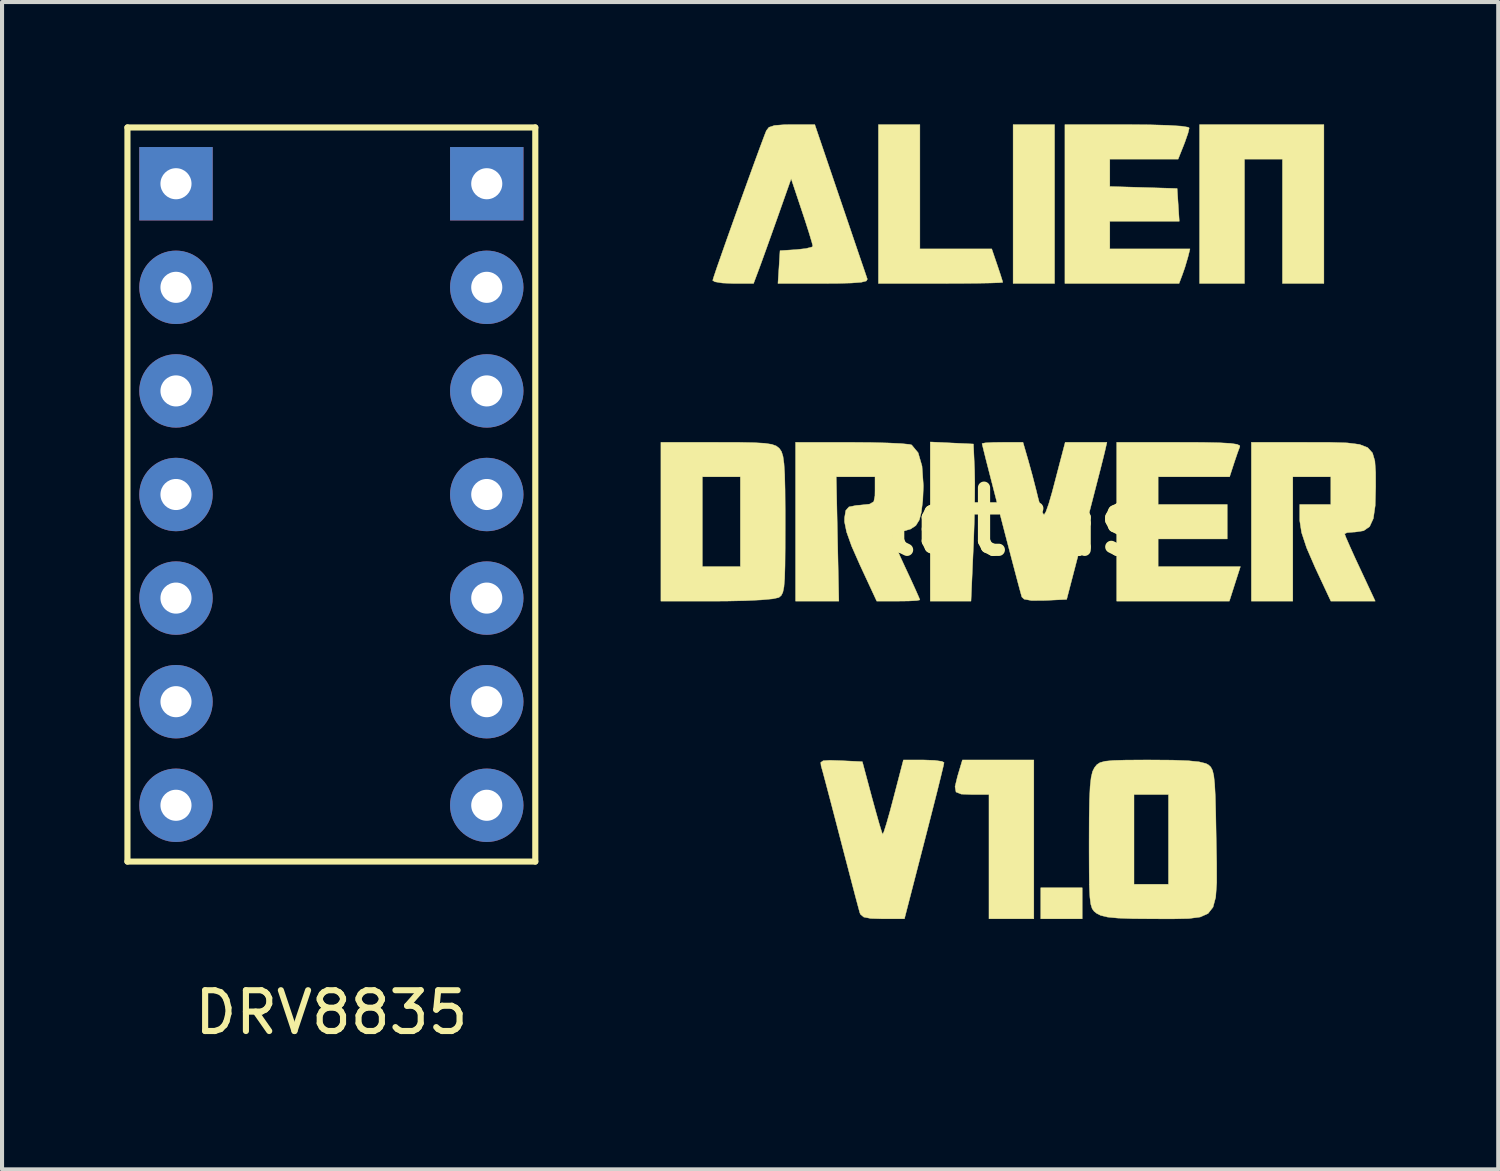
<source format=kicad_pcb>
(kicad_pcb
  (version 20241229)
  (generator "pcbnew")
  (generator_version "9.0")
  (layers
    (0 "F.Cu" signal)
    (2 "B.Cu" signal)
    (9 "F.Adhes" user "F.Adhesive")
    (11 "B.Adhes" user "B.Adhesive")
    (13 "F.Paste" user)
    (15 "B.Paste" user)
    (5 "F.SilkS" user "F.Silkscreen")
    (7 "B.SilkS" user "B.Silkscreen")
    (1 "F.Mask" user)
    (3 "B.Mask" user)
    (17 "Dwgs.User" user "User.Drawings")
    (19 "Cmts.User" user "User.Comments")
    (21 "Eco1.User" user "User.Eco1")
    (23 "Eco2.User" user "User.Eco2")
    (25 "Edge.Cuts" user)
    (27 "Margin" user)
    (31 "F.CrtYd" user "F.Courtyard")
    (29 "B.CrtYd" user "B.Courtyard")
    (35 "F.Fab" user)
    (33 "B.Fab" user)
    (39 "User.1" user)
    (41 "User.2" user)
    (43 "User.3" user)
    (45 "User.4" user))
  (footprint "letras"
    (layer "F.Cu")
    (at 21.876 9.742)
    (property "Reference" "letras" (at 0 0 0) (layer "F.SilkS") (effects (font (size 1.524 1.524) (thickness 0.3))))
    (attr through_hole)
    (fp_poly (pts (xy 0.931 -5.842) (xy -0.085 -5.842) (xy -0.085 -9.737) (xy 0.931 -9.737) (xy 0.931 -5.842)) (stroke (width 0.01) (type solid)) (fill yes) (layer "F.SilkS"))
    (fp_poly (pts (xy 1.609 9.737) (xy 0.593 9.737) (xy 0.593 8.975) (xy 1.609 8.975) (xy 1.609 9.737)) (stroke (width 0.01) (type solid)) (fill yes) (layer "F.SilkS"))
    (fp_poly (pts (xy 7.535 -5.842) (xy 6.519 -5.842) (xy 6.519 -8.89) (xy 5.588 -8.89) (xy 5.588 -5.842) (xy 4.487 -5.842) (xy 4.487 -9.737) (xy 7.535 -9.737) (xy 7.535 -5.842)) (stroke (width 0.01) (type solid)) (fill yes) (layer "F.SilkS"))
    (fp_poly (pts (xy -1.587 -1.93) (xy -1.058 -1.905) (xy -1.03 -1.27) (xy -1.024 -0.95) (xy -1.027 -0.511) (xy -1.037 -0.007) (xy -1.054 0.512) (xy -1.061 0.656) (xy -1.118 1.947) (xy -2.117 1.947) (xy -2.117 -1.955) (xy -1.587 -1.93)) (stroke (width 0.01) (type solid)) (fill yes) (layer "F.SilkS"))
    (fp_poly (pts (xy 0.423 9.737) (xy -0.677 9.737) (xy -0.677 6.689) (xy -1.101 6.689) (xy -1.357 6.679) (xy -1.485 6.628) (xy -1.509 6.497) (xy -1.45 6.251) (xy -1.426 6.169) (xy -1.328 5.842) (xy 0.423 5.842) (xy 0.423 9.737)) (stroke (width 0.01) (type solid)) (fill yes) (layer "F.SilkS"))
    (fp_poly (pts (xy -2.371 -6.689) (xy -0.609 -6.689) (xy -0.474 -6.293) (xy -0.396 -6.059) (xy -0.347 -5.903) (xy -0.339 -5.869) (xy -0.419 -5.861) (xy -0.642 -5.853) (xy -0.98 -5.847) (xy -1.408 -5.843) (xy -1.863 -5.842) (xy -3.387 -5.842) (xy -3.387 -9.737) (xy -2.371 -9.737) (xy -2.371 -6.689)) (stroke (width 0.01) (type solid)) (fill yes) (layer "F.SilkS"))
    (fp_poly (pts (xy 4.551 -1.945) (xy 4.965 -1.936) (xy 5.245 -1.921) (xy 5.408 -1.897) (xy 5.473 -1.864) (xy 5.474 -1.841) (xy 5.42 -1.696) (xy 5.343 -1.47) (xy 5.326 -1.418) (xy 5.223 -1.101) (xy 3.471 -1.101) (xy 3.471 -0.423) (xy 5.165 -0.423) (xy 5.165 0.423) (xy 3.471 0.423) (xy 3.471 1.101) (xy 5.488 1.101) (xy 5.352 1.524) (xy 5.217 1.947) (xy 2.455 1.947) (xy 2.455 -1.947) (xy 3.986 -1.947) (xy 4.551 -1.945)) (stroke (width 0.01) (type solid)) (fill yes) (layer "F.SilkS"))
    (fp_poly (pts (xy 3.274 -9.732) (xy 3.722 -9.719) (xy 4.038 -9.699) (xy 4.208 -9.672) (xy 4.233 -9.654) (xy 4.204 -9.529) (xy 4.13 -9.316) (xy 4.097 -9.23) (xy 3.961 -8.89) (xy 2.286 -8.89) (xy 2.286 -8.219) (xy 3.111 -8.195) (xy 3.937 -8.17) (xy 3.963 -7.768) (xy 3.989 -7.366) (xy 2.286 -7.366) (xy 2.286 -6.689) (xy 4.252 -6.689) (xy 4.2 -6.481) (xy 4.126 -6.231) (xy 4.065 -6.057) (xy 3.984 -5.842) (xy 1.185 -5.842) (xy 1.185 -9.737) (xy 2.709 -9.737) (xy 3.274 -9.732)) (stroke (width 0.01) (type solid)) (fill yes) (layer "F.SilkS"))
    (fp_poly (pts (xy 7.672 -1.946) (xy 8.103 -1.933) (xy 8.408 -1.895) (xy 8.609 -1.817) (xy 8.727 -1.686) (xy 8.785 -1.488) (xy 8.804 -1.209) (xy 8.805 -0.855) (xy 8.793 -0.394) (xy 8.747 -0.077) (xy 8.656 0.12) (xy 8.508 0.222) (xy 8.292 0.254) (xy 8.27 0.254) (xy 8.103 0.268) (xy 8.043 0.298) (xy 8.077 0.388) (xy 8.168 0.597) (xy 8.301 0.892) (xy 8.419 1.144) (xy 8.794 1.947) (xy 7.706 1.947) (xy 7.324 1.131) (xy 7.112 0.642) (xy 6.988 0.266) (xy 6.943 -0.025) (xy 6.943 -0.055) (xy 6.943 -0.423) (xy 7.705 -0.423) (xy 7.705 -1.101) (xy 6.773 -1.101) (xy 6.773 1.947) (xy 5.757 1.947) (xy 5.757 -1.947) (xy 7.093 -1.947) (xy 7.672 -1.946)) (stroke (width 0.01) (type solid)) (fill yes) (layer "F.SilkS"))
    (fp_poly (pts (xy -6.815 -1.946) (xy -6.437 -1.938) (xy -6.175 -1.923) (xy -6.003 -1.897) (xy -5.894 -1.858) (xy -5.822 -1.802) (xy -5.813 -1.792) (xy -5.764 -1.719) (xy -5.728 -1.604) (xy -5.703 -1.426) (xy -5.686 -1.16) (xy -5.677 -0.784) (xy -5.673 -0.275) (xy -5.673 0.067) (xy -5.674 0.647) (xy -5.678 1.08) (xy -5.687 1.39) (xy -5.704 1.599) (xy -5.731 1.73) (xy -5.769 1.807) (xy -5.82 1.851) (xy -5.836 1.86) (xy -5.979 1.891) (xy -6.261 1.917) (xy -6.653 1.936) (xy -7.124 1.946) (xy -7.36 1.947) (xy -8.721 1.947) (xy -8.721 -1.101) (xy -7.705 -1.101) (xy -7.705 1.101) (xy -6.773 1.101) (xy -6.773 -1.101) (xy -7.705 -1.101) (xy -8.721 -1.101) (xy -8.721 -1.947) (xy -7.337 -1.947) (xy -6.815 -1.946)) (stroke (width 0.01) (type solid)) (fill yes) (layer "F.SilkS"))
    (fp_poly (pts (xy -2.011 5.852) (xy -1.83 5.877) (xy -1.778 5.905) (xy -1.798 6.002) (xy -1.855 6.239) (xy -1.942 6.592) (xy -2.055 7.037) (xy -2.186 7.55) (xy -2.264 7.853) (xy -2.75 9.737) (xy -3.274 9.737) (xy -3.576 9.728) (xy -3.748 9.694) (xy -3.829 9.625) (xy -3.844 9.588) (xy -3.878 9.464) (xy -3.948 9.203) (xy -4.045 8.832) (xy -4.163 8.38) (xy -4.295 7.875) (xy -4.317 7.789) (xy -4.45 7.277) (xy -4.571 6.814) (xy -4.673 6.428) (xy -4.748 6.146) (xy -4.79 5.996) (xy -4.793 5.986) (xy -4.802 5.903) (xy -4.742 5.861) (xy -4.577 5.85) (xy -4.311 5.859) (xy -3.782 5.884) (xy -3.547 6.762) (xy -3.448 7.122) (xy -3.365 7.416) (xy -3.306 7.609) (xy -3.284 7.666) (xy -3.253 7.601) (xy -3.19 7.403) (xy -3.105 7.104) (xy -3.016 6.768) (xy -2.775 5.842) (xy -2.277 5.842) (xy -2.011 5.852)) (stroke (width 0.01) (type solid)) (fill yes) (layer "F.SilkS"))
    (fp_poly (pts (xy 0.288 -1.496) (xy 0.388 -1.134) (xy 0.487 -0.748) (xy 0.521 -0.607) (xy 0.586 -0.363) (xy 0.646 -0.204) (xy 0.674 -0.169) (xy 0.72 -0.245) (xy 0.79 -0.443) (xy 0.871 -0.722) (xy 0.876 -0.741) (xy 0.967 -1.087) (xy 1.053 -1.417) (xy 1.109 -1.63) (xy 1.192 -1.947) (xy 2.215 -1.947) (xy 2.162 -1.714) (xy 2.125 -1.564) (xy 2.053 -1.277) (xy 1.952 -0.885) (xy 1.831 -0.415) (xy 1.697 0.104) (xy 1.669 0.212) (xy 1.228 1.905) (xy 0.697 1.93) (xy 0.369 1.933) (xy 0.185 1.899) (xy 0.129 1.846) (xy 0.098 1.736) (xy 0.033 1.495) (xy -0.058 1.151) (xy -0.168 0.732) (xy -0.289 0.268) (xy -0.414 -0.215) (xy -0.536 -0.687) (xy -0.647 -1.12) (xy -0.741 -1.485) (xy -0.808 -1.754) (xy -0.843 -1.899) (xy -0.847 -1.916) (xy -0.77 -1.933) (xy -0.57 -1.944) (xy -0.345 -1.947) (xy 0.157 -1.947) (xy 0.288 -1.496)) (stroke (width 0.01) (type solid)) (fill yes) (layer "F.SilkS"))
    (fp_poly (pts (xy -4.043 -1.946) (xy -3.573 -1.942) (xy -3.16 -1.931) (xy -2.835 -1.916) (xy -2.629 -1.896) (xy -2.574 -1.883) (xy -2.414 -1.691) (xy -2.319 -1.364) (xy -2.286 -0.892) (xy -2.286 -0.856) (xy -2.3 -0.522) (xy -2.337 -0.227) (xy -2.385 -0.044) (xy -2.47 0.094) (xy -2.601 0.181) (xy -2.829 0.244) (xy -2.976 0.272) (xy -3.03 0.305) (xy -3.032 0.395) (xy -2.977 0.568) (xy -2.856 0.849) (xy -2.744 1.092) (xy -2.589 1.424) (xy -2.466 1.694) (xy -2.389 1.869) (xy -2.371 1.917) (xy -2.448 1.933) (xy -2.649 1.944) (xy -2.9 1.947) (xy -3.429 1.947) (xy -3.837 1.069) (xy -4.044 0.6) (xy -4.168 0.252) (xy -4.219 0.002) (xy -4.218 -0.095) (xy -4.188 -0.276) (xy -4.11 -0.363) (xy -3.932 -0.399) (xy -3.831 -0.407) (xy -3.606 -0.431) (xy -3.502 -0.491) (xy -3.473 -0.634) (xy -3.471 -0.767) (xy -3.471 -1.101) (xy -4.422 -1.101) (xy -4.39 0.423) (xy -4.358 1.947) (xy -5.419 1.947) (xy -5.419 -1.947) (xy -4.043 -1.946)) (stroke (width 0.01) (type solid)) (fill yes) (layer "F.SilkS"))
    (fp_poly (pts (xy -4.322 -7.895) (xy -4.141 -7.363) (xy -3.978 -6.883) (xy -3.84 -6.477) (xy -3.735 -6.17) (xy -3.673 -5.987) (xy -3.659 -5.948) (xy -3.684 -5.903) (xy -3.806 -5.872) (xy -4.045 -5.853) (xy -4.422 -5.843) (xy -4.737 -5.842) (xy -5.851 -5.842) (xy -5.825 -6.244) (xy -5.8 -6.646) (xy -5.397 -6.672) (xy -5.163 -6.698) (xy -5.018 -6.736) (xy -4.995 -6.757) (xy -5.021 -6.857) (xy -5.088 -7.081) (xy -5.187 -7.39) (xy -5.261 -7.613) (xy -5.527 -8.41) (xy -5.853 -7.486) (xy -5.999 -7.076) (xy -6.138 -6.687) (xy -6.253 -6.368) (xy -6.314 -6.202) (xy -6.449 -5.842) (xy -6.95 -5.842) (xy -7.216 -5.853) (xy -7.397 -5.883) (xy -7.451 -5.916) (xy -7.423 -6.008) (xy -7.348 -6.232) (xy -7.233 -6.56) (xy -7.091 -6.964) (xy -6.929 -7.418) (xy -6.758 -7.895) (xy -6.588 -8.366) (xy -6.429 -8.804) (xy -6.29 -9.183) (xy -6.181 -9.474) (xy -6.136 -9.588) (xy -6.072 -9.671) (xy -5.935 -9.716) (xy -5.687 -9.735) (xy -5.513 -9.737) (xy -4.948 -9.737) (xy -4.322 -7.895)) (stroke (width 0.01) (type solid)) (fill yes) (layer "F.SilkS"))
    (fp_poly (pts (xy 3.824 5.846) (xy 4.212 5.861) (xy 4.477 5.888) (xy 4.642 5.929) (xy 4.704 5.962) (xy 4.761 6.015) (xy 4.804 6.096) (xy 4.835 6.227) (xy 4.857 6.434) (xy 4.873 6.739) (xy 4.884 7.165) (xy 4.894 7.735) (xy 4.906 8.368) (xy 4.907 8.852) (xy 4.882 9.206) (xy 4.817 9.451) (xy 4.695 9.607) (xy 4.502 9.693) (xy 4.222 9.73) (xy 3.84 9.738) (xy 3.363 9.737) (xy 2.852 9.733) (xy 2.484 9.719) (xy 2.229 9.694) (xy 2.062 9.653) (xy 1.966 9.605) (xy 1.901 9.553) (xy 1.853 9.487) (xy 1.82 9.381) (xy 1.798 9.212) (xy 1.785 8.955) (xy 1.78 8.587) (xy 1.778 8.083) (xy 1.778 7.846) (xy 1.78 7.257) (xy 1.788 6.814) (xy 1.794 6.689) (xy 2.879 6.689) (xy 2.879 8.89) (xy 3.725 8.89) (xy 3.725 6.689) (xy 2.879 6.689) (xy 1.794 6.689) (xy 1.803 6.493) (xy 1.828 6.271) (xy 1.863 6.124) (xy 1.91 6.03) (xy 1.969 5.957) (xy 2.047 5.906) (xy 2.172 5.873) (xy 2.371 5.854) (xy 2.674 5.845) (xy 3.108 5.842) (xy 3.291 5.842) (xy 3.824 5.846)) (stroke (width 0.01) (type solid)) (fill yes) (layer "F.SilkS")))
  (footprint "DRV8835"
    (layer "F.Cu")
    (at 5.075 9.075)
    (property "Reference" "DRV8835" (at 0 12.7 0) (layer "F.SilkS") (effects (font (size 1 1) (thickness 0.15))))
    (attr through_hole)
    (fp_line (start -5 -9) (end -5 9) (stroke (width 0.15) (type solid)) (layer "F.SilkS"))
    (fp_line (start -5 -9) (end 5 -9) (stroke (width 0.15) (type solid)) (layer "F.SilkS"))
    (fp_line (start -5 9) (end 5 9) (stroke (width 0.15) (type solid)) (layer "F.SilkS"))
    (fp_line (start 5 -9) (end 5 9) (stroke (width 0.15) (type solid)) (layer "F.SilkS"))
    (pad "1" thru_hole rect (at -3.81 -7.62) (size 1.8 1.8) (drill 0.762) (layers "*.Cu" "*.Mask"))
    (pad "2" thru_hole circle (at -3.81 -5.08) (size 1.8 1.8) (drill 0.762) (layers "*.Cu" "*.Mask"))
    (pad "3" thru_hole circle (at -3.81 -2.54) (size 1.8 1.8) (drill 0.762) (layers "*.Cu" "*.Mask"))
    (pad "4" thru_hole circle (at -3.81 0) (size 1.8 1.8) (drill 0.762) (layers "*.Cu" "*.Mask"))
    (pad "5" thru_hole circle (at -3.81 2.54) (size 1.8 1.8) (drill 0.762) (layers "*.Cu" "*.Mask"))
    (pad "6" thru_hole circle (at -3.81 5.08) (size 1.8 1.8) (drill 0.762) (layers "*.Cu" "*.Mask"))
    (pad "7" thru_hole circle (at -3.81 7.62) (size 1.8 1.8) (drill 0.762) (layers "*.Cu" "*.Mask"))
    (pad "8" thru_hole circle (at 3.81 7.62) (size 1.8 1.8) (drill 0.762) (layers "*.Cu" "*.Mask"))
    (pad "9" thru_hole circle (at 3.81 5.08) (size 1.8 1.8) (drill 0.762) (layers "*.Cu" "*.Mask"))
    (pad "10" thru_hole circle (at 3.81 2.54) (size 1.8 1.8) (drill 0.762) (layers "*.Cu" "*.Mask"))
    (pad "11" thru_hole circle (at 3.81 0) (size 1.8 1.8) (drill 0.762) (layers "*.Cu" "*.Mask"))
    (pad "12" thru_hole circle (at 3.81 -2.54) (size 1.8 1.8) (drill 0.762) (layers "*.Cu" "*.Mask"))
    (pad "13" thru_hole circle (at 3.81 -5.08) (size 1.8 1.8) (drill 0.762) (layers "*.Cu" "*.Mask"))
    (pad "14" thru_hole rect (at 3.81 -7.62) (size 1.8 1.8) (drill 0.762) (layers "*.Cu" "*.Mask")))
  (gr_rect
    (start -3 -3)
    (end 33.686 25.623)
    (stroke (width 0.1) (type default))
    (fill no)
    (layer "Edge.Cuts")))
</source>
